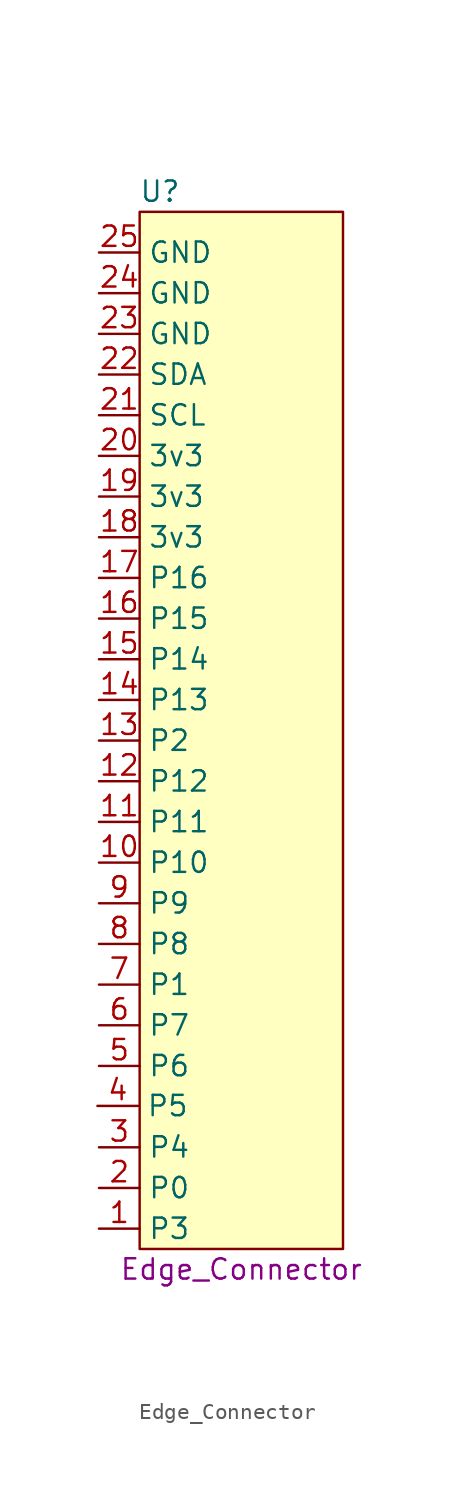
<source format=kicad_sym>
(kicad_symbol_lib
  (version 20220914)
  (generator kicad_symbol_editor)
  (symbol "Edge_Connector"
    (property "Reference" "U"
      (at 1.27 66.04 0)
      (effects (font (size 1.27 1.27))))
    (property "Value" ""
      (at 0 0 0)
      (effects (font (size 1.27 1.27))))
    (property "Symbol Name" "Edge_Connector"
      (at 6.35 -1.27 0)
      (effects (font (size 1.27 1.27))))
    (symbol "Edge_Connector_1_1"
      (rectangle (start 0 64.77) (end 12.7 0) (stroke (width 0) (type default)) (fill (type background)))
      (pin input line (at -2.54 1.27 0) (length 2.54) (name "P3" (effects (font (size 1.27 1.27)))) (number "1" (effects (font (size 1.27 1.27)))))
      (pin input line (at -2.54 24.13 0) (length 2.54) (name "P10" (effects (font (size 1.27 1.27)))) (number "10" (effects (font (size 1.27 1.27)))))
      (pin input line (at -2.54 26.67 0) (length 2.54) (name "P11" (effects (font (size 1.27 1.27)))) (number "11" (effects (font (size 1.27 1.27)))))
      (pin input line (at -2.54 29.21 0) (length 2.54) (name "P12" (effects (font (size 1.27 1.27)))) (number "12" (effects (font (size 1.27 1.27)))))
      (pin input line (at -2.54 31.75 0) (length 2.54) (name "P2" (effects (font (size 1.27 1.27)))) (number "13" (effects (font (size 1.27 1.27)))))
      (pin input line (at -2.54 34.29 0) (length 2.54) (name "P13" (effects (font (size 1.27 1.27)))) (number "14" (effects (font (size 1.27 1.27)))))
      (pin input line (at -2.54 36.83 0) (length 2.54) (name "P14" (effects (font (size 1.27 1.27)))) (number "15" (effects (font (size 1.27 1.27)))))
      (pin input line (at -2.54 39.37 0) (length 2.54) (name "P15" (effects (font (size 1.27 1.27)))) (number "16" (effects (font (size 1.27 1.27)))))
      (pin input line (at -2.54 41.91 0) (length 2.54) (name "P16" (effects (font (size 1.27 1.27)))) (number "17" (effects (font (size 1.27 1.27)))))
      (pin input line (at -2.54 44.45 0) (length 2.54) (name "3v3" (effects (font (size 1.27 1.27)))) (number "18" (effects (font (size 1.27 1.27)))))
      (pin input line (at -2.54 46.99 0) (length 2.54) (name "3v3" (effects (font (size 1.27 1.27)))) (number "19" (effects (font (size 1.27 1.27)))))
      (pin input line (at -2.54 3.81 0) (length 2.54) (name "P0" (effects (font (size 1.27 1.27)))) (number "2" (effects (font (size 1.27 1.27)))))
      (pin input line (at -2.54 49.53 0) (length 2.54) (name "3v3" (effects (font (size 1.27 1.27)))) (number "20" (effects (font (size 1.27 1.27)))))
      (pin input line (at -2.54 52.07 0) (length 2.54) (name "SCL" (effects (font (size 1.27 1.27)))) (number "21" (effects (font (size 1.27 1.27)))))
      (pin input line (at -2.54 54.61 0) (length 2.54) (name "SDA" (effects (font (size 1.27 1.27)))) (number "22" (effects (font (size 1.27 1.27)))))
      (pin input line (at -2.54 57.15 0) (length 2.54) (name "GND" (effects (font (size 1.27 1.27)))) (number "23" (effects (font (size 1.27 1.27)))))
      (pin input line (at -2.54 59.69 0) (length 2.54) (name "GND" (effects (font (size 1.27 1.27)))) (number "24" (effects (font (size 1.27 1.27)))))
      (pin input line (at -2.54 62.23 0) (length 2.54) (name "GND" (effects (font (size 1.27 1.27)))) (number "25" (effects (font (size 1.27 1.27)))))
      (pin input line (at -2.54 6.35 0) (length 2.54) (name "P4" (effects (font (size 1.27 1.27)))) (number "3" (effects (font (size 1.27 1.27)))))
      (pin input line (at -2.636 8.936 0) (length 2.54) (name "P5" (effects (font (size 1.27 1.27)))) (number "4" (effects (font (size 1.27 1.27)))))
      (pin input line (at -2.54 11.43 0) (length 2.54) (name "P6" (effects (font (size 1.27 1.27)))) (number "5" (effects (font (size 1.27 1.27)))))
      (pin input line (at -2.54 13.97 0) (length 2.54) (name "P7" (effects (font (size 1.27 1.27)))) (number "6" (effects (font (size 1.27 1.27)))))
      (pin input line (at -2.54 16.51 0) (length 2.54) (name "P1" (effects (font (size 1.27 1.27)))) (number "7" (effects (font (size 1.27 1.27)))))
      (pin input line (at -2.54 19.05 0) (length 2.54) (name "P8" (effects (font (size 1.27 1.27)))) (number "8" (effects (font (size 1.27 1.27)))))
      (pin input line (at -2.54 21.59 0) (length 2.54) (name "P9" (effects (font (size 1.27 1.27)))) (number "9" (effects (font (size 1.27 1.27))))))))
</source>
